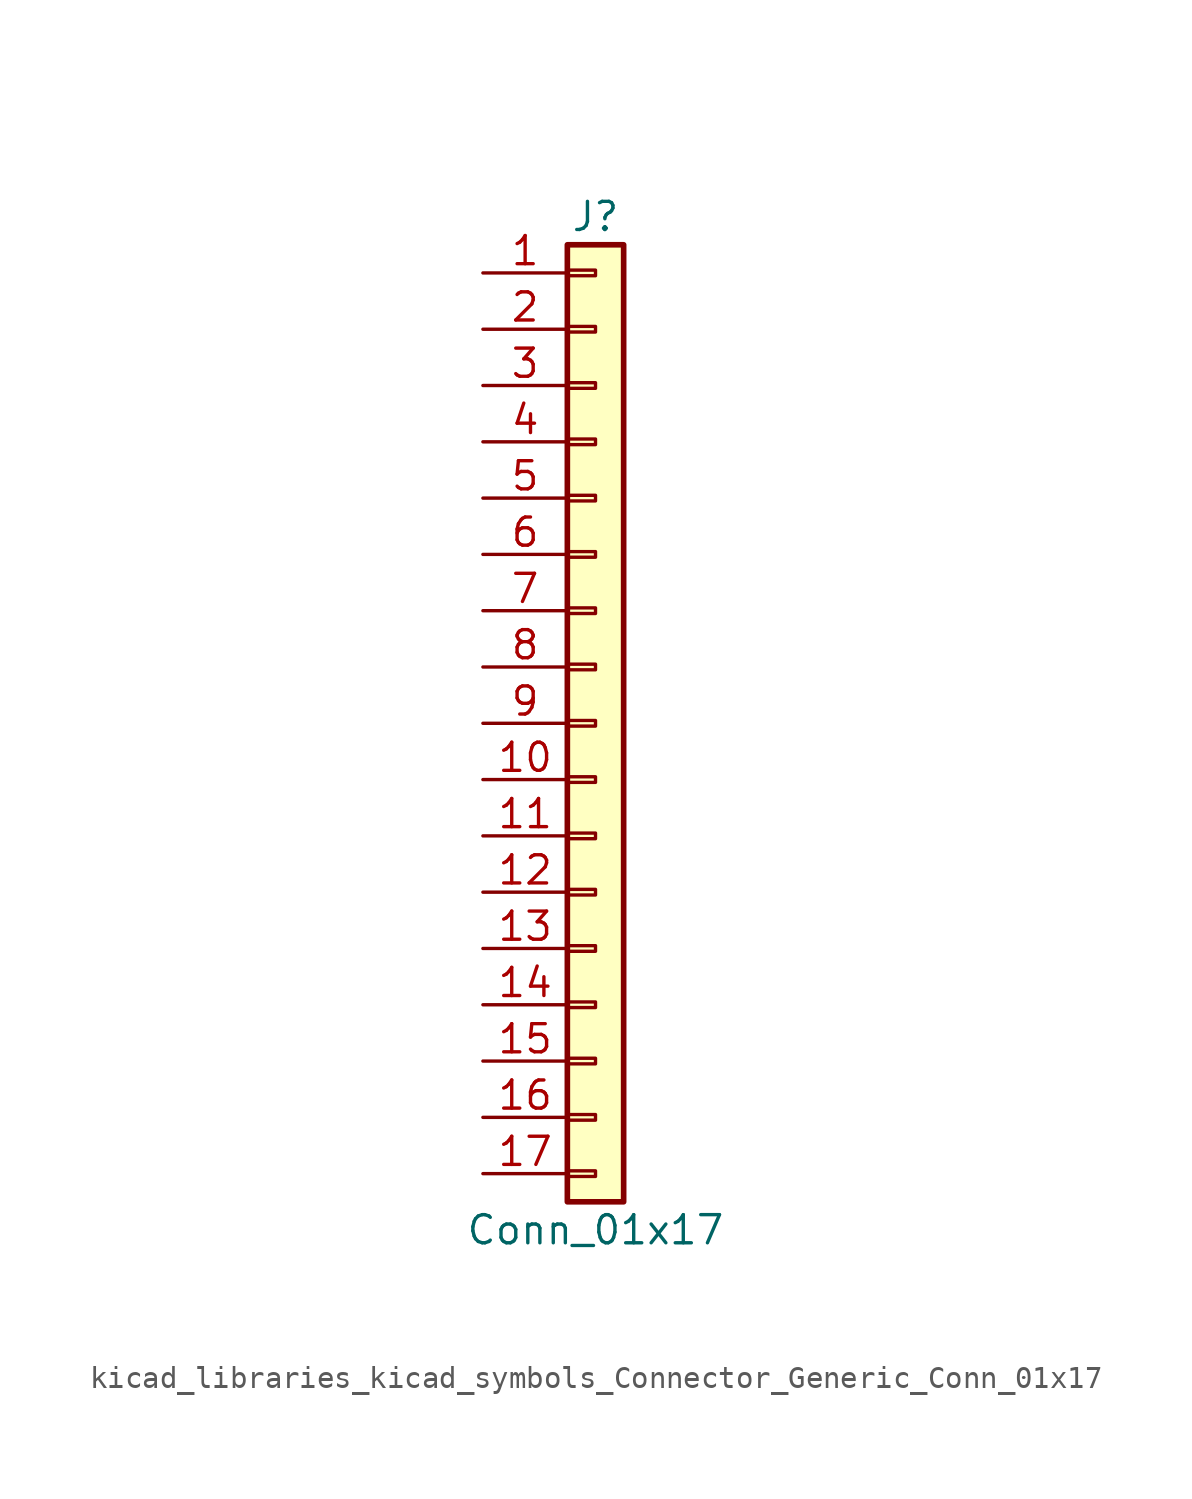
<source format=kicad_sym>
(kicad_symbol_lib
  (version 20220914)
  (generator kicad_symbol_editor)
  (symbol "kicad_libraries_kicad_symbols_Connector_Generic_Conn_01x17"
    (pin_names
      (offset 1.016) hide)
    (property "Reference" "J"
      (at 0 22.86 0)
      (effects (font (size 1.27 1.27))))
    (property "Value" "Conn_01x17"
      (at 0 -22.86 0)
      (effects (font (size 1.27 1.27))))
    (symbol "kicad_libraries_kicad_symbols_Connector_Generic_Conn_01x17_1_1"
      (rectangle (start -1.27 -20.193) (end 0 -20.447) (stroke (width 0.152) (type default)) (fill (type none)))
      (rectangle (start -1.27 -17.653) (end 0 -17.907) (stroke (width 0.152) (type default)) (fill (type none)))
      (rectangle (start -1.27 -15.113) (end 0 -15.367) (stroke (width 0.152) (type default)) (fill (type none)))
      (rectangle (start -1.27 -12.573) (end 0 -12.827) (stroke (width 0.152) (type default)) (fill (type none)))
      (rectangle (start -1.27 -10.033) (end 0 -10.287) (stroke (width 0.152) (type default)) (fill (type none)))
      (rectangle (start -1.27 -7.493) (end 0 -7.747) (stroke (width 0.152) (type default)) (fill (type none)))
      (rectangle (start -1.27 -4.953) (end 0 -5.207) (stroke (width 0.152) (type default)) (fill (type none)))
      (rectangle (start -1.27 -2.413) (end 0 -2.667) (stroke (width 0.152) (type default)) (fill (type none)))
      (rectangle (start -1.27 0.127) (end 0 -0.127) (stroke (width 0.152) (type default)) (fill (type none)))
      (rectangle (start -1.27 2.667) (end 0 2.413) (stroke (width 0.152) (type default)) (fill (type none)))
      (rectangle (start -1.27 5.207) (end 0 4.953) (stroke (width 0.152) (type default)) (fill (type none)))
      (rectangle (start -1.27 7.747) (end 0 7.493) (stroke (width 0.152) (type default)) (fill (type none)))
      (rectangle (start -1.27 10.287) (end 0 10.033) (stroke (width 0.152) (type default)) (fill (type none)))
      (rectangle (start -1.27 12.827) (end 0 12.573) (stroke (width 0.152) (type default)) (fill (type none)))
      (rectangle (start -1.27 15.367) (end 0 15.113) (stroke (width 0.152) (type default)) (fill (type none)))
      (rectangle (start -1.27 17.907) (end 0 17.653) (stroke (width 0.152) (type default)) (fill (type none)))
      (rectangle (start -1.27 20.447) (end 0 20.193) (stroke (width 0.152) (type default)) (fill (type none)))
      (rectangle (start -1.27 21.59) (end 1.27 -21.59) (stroke (width 0.254) (type default)) (fill (type background)))
      (pin passive line (at -5.08 20.32 0) (length 3.81) (name "Pin_1" (effects (font (size 1.27 1.27)))) (number "1" (effects (font (size 1.27 1.27)))))
      (pin passive line (at -5.08 -2.54 0) (length 3.81) (name "Pin_10" (effects (font (size 1.27 1.27)))) (number "10" (effects (font (size 1.27 1.27)))))
      (pin passive line (at -5.08 -5.08 0) (length 3.81) (name "Pin_11" (effects (font (size 1.27 1.27)))) (number "11" (effects (font (size 1.27 1.27)))))
      (pin passive line (at -5.08 -7.62 0) (length 3.81) (name "Pin_12" (effects (font (size 1.27 1.27)))) (number "12" (effects (font (size 1.27 1.27)))))
      (pin passive line (at -5.08 -10.16 0) (length 3.81) (name "Pin_13" (effects (font (size 1.27 1.27)))) (number "13" (effects (font (size 1.27 1.27)))))
      (pin passive line (at -5.08 -12.7 0) (length 3.81) (name "Pin_14" (effects (font (size 1.27 1.27)))) (number "14" (effects (font (size 1.27 1.27)))))
      (pin passive line (at -5.08 -15.24 0) (length 3.81) (name "Pin_15" (effects (font (size 1.27 1.27)))) (number "15" (effects (font (size 1.27 1.27)))))
      (pin passive line (at -5.08 -17.78 0) (length 3.81) (name "Pin_16" (effects (font (size 1.27 1.27)))) (number "16" (effects (font (size 1.27 1.27)))))
      (pin passive line (at -5.08 -20.32 0) (length 3.81) (name "Pin_17" (effects (font (size 1.27 1.27)))) (number "17" (effects (font (size 1.27 1.27)))))
      (pin passive line (at -5.08 17.78 0) (length 3.81) (name "Pin_2" (effects (font (size 1.27 1.27)))) (number "2" (effects (font (size 1.27 1.27)))))
      (pin passive line (at -5.08 15.24 0) (length 3.81) (name "Pin_3" (effects (font (size 1.27 1.27)))) (number "3" (effects (font (size 1.27 1.27)))))
      (pin passive line (at -5.08 12.7 0) (length 3.81) (name "Pin_4" (effects (font (size 1.27 1.27)))) (number "4" (effects (font (size 1.27 1.27)))))
      (pin passive line (at -5.08 10.16 0) (length 3.81) (name "Pin_5" (effects (font (size 1.27 1.27)))) (number "5" (effects (font (size 1.27 1.27)))))
      (pin passive line (at -5.08 7.62 0) (length 3.81) (name "Pin_6" (effects (font (size 1.27 1.27)))) (number "6" (effects (font (size 1.27 1.27)))))
      (pin passive line (at -5.08 5.08 0) (length 3.81) (name "Pin_7" (effects (font (size 1.27 1.27)))) (number "7" (effects (font (size 1.27 1.27)))))
      (pin passive line (at -5.08 2.54 0) (length 3.81) (name "Pin_8" (effects (font (size 1.27 1.27)))) (number "8" (effects (font (size 1.27 1.27)))))
      (pin passive line (at -5.08 0 0) (length 3.81) (name "Pin_9" (effects (font (size 1.27 1.27)))) (number "9" (effects (font (size 1.27 1.27))))))))
</source>
